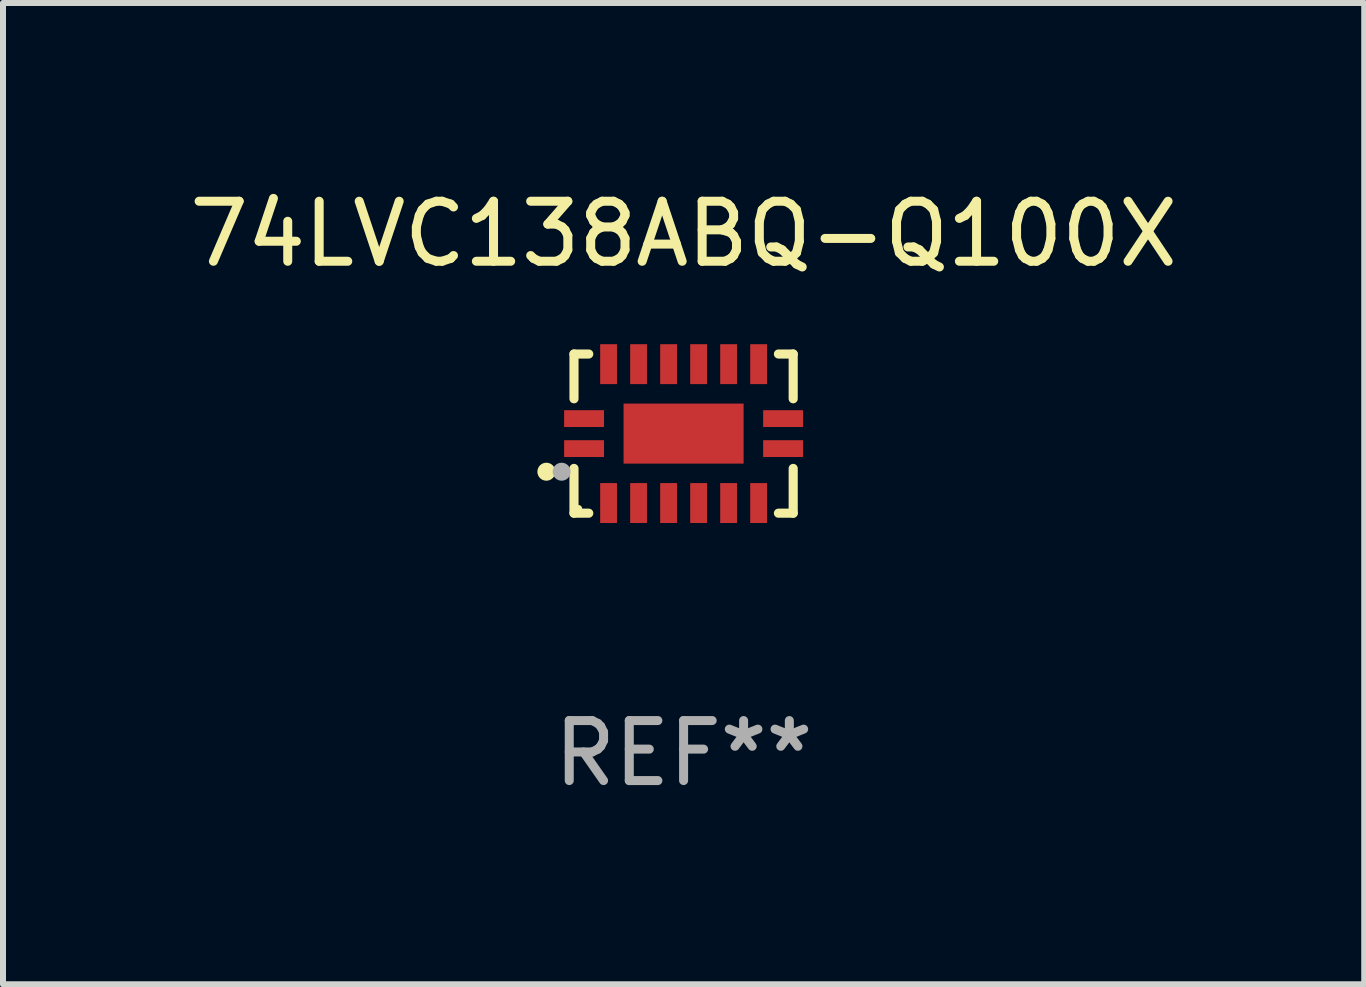
<source format=kicad_pcb>
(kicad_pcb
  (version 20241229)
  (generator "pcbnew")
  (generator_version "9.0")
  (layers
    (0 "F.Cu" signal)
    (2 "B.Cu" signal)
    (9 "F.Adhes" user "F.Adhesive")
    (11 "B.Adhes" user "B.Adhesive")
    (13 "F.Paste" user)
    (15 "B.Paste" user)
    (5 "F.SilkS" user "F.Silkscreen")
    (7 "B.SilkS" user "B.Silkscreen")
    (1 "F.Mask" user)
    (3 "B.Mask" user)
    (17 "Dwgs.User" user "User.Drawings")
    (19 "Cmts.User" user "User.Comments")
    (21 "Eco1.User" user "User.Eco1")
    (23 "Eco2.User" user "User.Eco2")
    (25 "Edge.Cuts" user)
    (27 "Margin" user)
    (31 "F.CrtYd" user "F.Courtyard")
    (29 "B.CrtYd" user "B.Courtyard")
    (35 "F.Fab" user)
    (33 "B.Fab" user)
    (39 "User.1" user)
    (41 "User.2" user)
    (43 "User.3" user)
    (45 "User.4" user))
  (footprint "74LVC138ABQ-Q100X"
    (layer "F.Cu")
    (at 8.339 4.174)
    (property "Reference" "74LVC138ABQ-Q100X" (at 0 -3.326 0) (layer "F.SilkS") (effects (font (size 1 1) (thickness 0.15))))
    (attr through_hole)
    (fp_line (start -1.826 -1.326) (end -1.58 -1.326) (stroke (width 0.152) (type solid)) (layer "F.SilkS"))
    (fp_line (start -1.826 -0.58) (end -1.826 -1.326) (stroke (width 0.152) (type solid)) (layer "F.SilkS"))
    (fp_line (start -1.826 0.58) (end -1.826 1.326) (stroke (width 0.152) (type solid)) (layer "F.SilkS"))
    (fp_line (start -1.826 1.326) (end -1.58 1.326) (stroke (width 0.152) (type solid)) (layer "F.SilkS"))
    (fp_line (start 1.826 -1.326) (end 1.58 -1.326) (stroke (width 0.152) (type solid)) (layer "F.SilkS"))
    (fp_line (start 1.826 -0.58) (end 1.826 -1.326) (stroke (width 0.152) (type solid)) (layer "F.SilkS"))
    (fp_line (start 1.826 0.58) (end 1.826 1.326) (stroke (width 0.152) (type solid)) (layer "F.SilkS"))
    (fp_line (start 1.826 1.326) (end 1.58 1.326) (stroke (width 0.152) (type solid)) (layer "F.SilkS"))
    (fp_circle (center -2.286 0.635) (end -2.211 0.635) (stroke (width 0.15) (type solid)) (fill no) (layer "F.SilkS"))
    (fp_circle (center -1.75 1.25) (end -1.72 1.25) (stroke (width 0.06) (type solid)) (fill no) (layer "F.SilkS"))
    (fp_circle (center -2.032 0.635) (end -1.957 0.635) (stroke (width 0.15) (type solid)) (fill no) (layer "F.Fab"))
    (fp_text user "REF**" (at 0 5.326 0) (layer "F.Fab") (effects (font (size 1 1) (thickness 0.15))))
    (pad "1" smd rect (at -1.658 0.25) (size 0.665 0.28) (layers "F.Cu" "F.Mask" "F.Paste"))
    (pad "2" smd rect (at -1.25 1.157) (size 0.28 0.665) (layers "F.Cu" "F.Mask" "F.Paste"))
    (pad "3" smd rect (at -0.75 1.157) (size 0.28 0.665) (layers "F.Cu" "F.Mask" "F.Paste"))
    (pad "4" smd rect (at -0.25 1.157) (size 0.28 0.665) (layers "F.Cu" "F.Mask" "F.Paste"))
    (pad "5" smd rect (at 0.25 1.157) (size 0.28 0.665) (layers "F.Cu" "F.Mask" "F.Paste"))
    (pad "6" smd rect (at 0.75 1.157) (size 0.28 0.665) (layers "F.Cu" "F.Mask" "F.Paste"))
    (pad "7" smd rect (at 1.25 1.157) (size 0.28 0.665) (layers "F.Cu" "F.Mask" "F.Paste"))
    (pad "8" smd rect (at 1.658 0.25) (size 0.665 0.28) (layers "F.Cu" "F.Mask" "F.Paste"))
    (pad "9" smd rect (at 1.658 -0.25) (size 0.665 0.28) (layers "F.Cu" "F.Mask" "F.Paste"))
    (pad "10" smd rect (at 1.25 -1.157) (size 0.28 0.665) (layers "F.Cu" "F.Mask" "F.Paste"))
    (pad "11" smd rect (at 0.75 -1.157) (size 0.28 0.665) (layers "F.Cu" "F.Mask" "F.Paste"))
    (pad "12" smd rect (at 0.25 -1.157) (size 0.28 0.665) (layers "F.Cu" "F.Mask" "F.Paste"))
    (pad "13" smd rect (at -0.25 -1.157) (size 0.28 0.665) (layers "F.Cu" "F.Mask" "F.Paste"))
    (pad "14" smd rect (at -0.75 -1.157) (size 0.28 0.665) (layers "F.Cu" "F.Mask" "F.Paste"))
    (pad "15" smd rect (at -1.25 -1.157) (size 0.28 0.665) (layers "F.Cu" "F.Mask" "F.Paste"))
    (pad "16" smd rect (at -1.658 -0.25) (size 0.665 0.28) (layers "F.Cu" "F.Mask" "F.Paste"))
    (pad "17" smd rect (at 0 0) (size 2 1) (layers "F.Cu" "F.Mask" "F.Paste")))
  (gr_rect
    (start -3 -3)
    (end 19.679 13.349)
    (stroke (width 0.1) (type default))
    (fill no)
    (layer "Edge.Cuts")))
</source>
